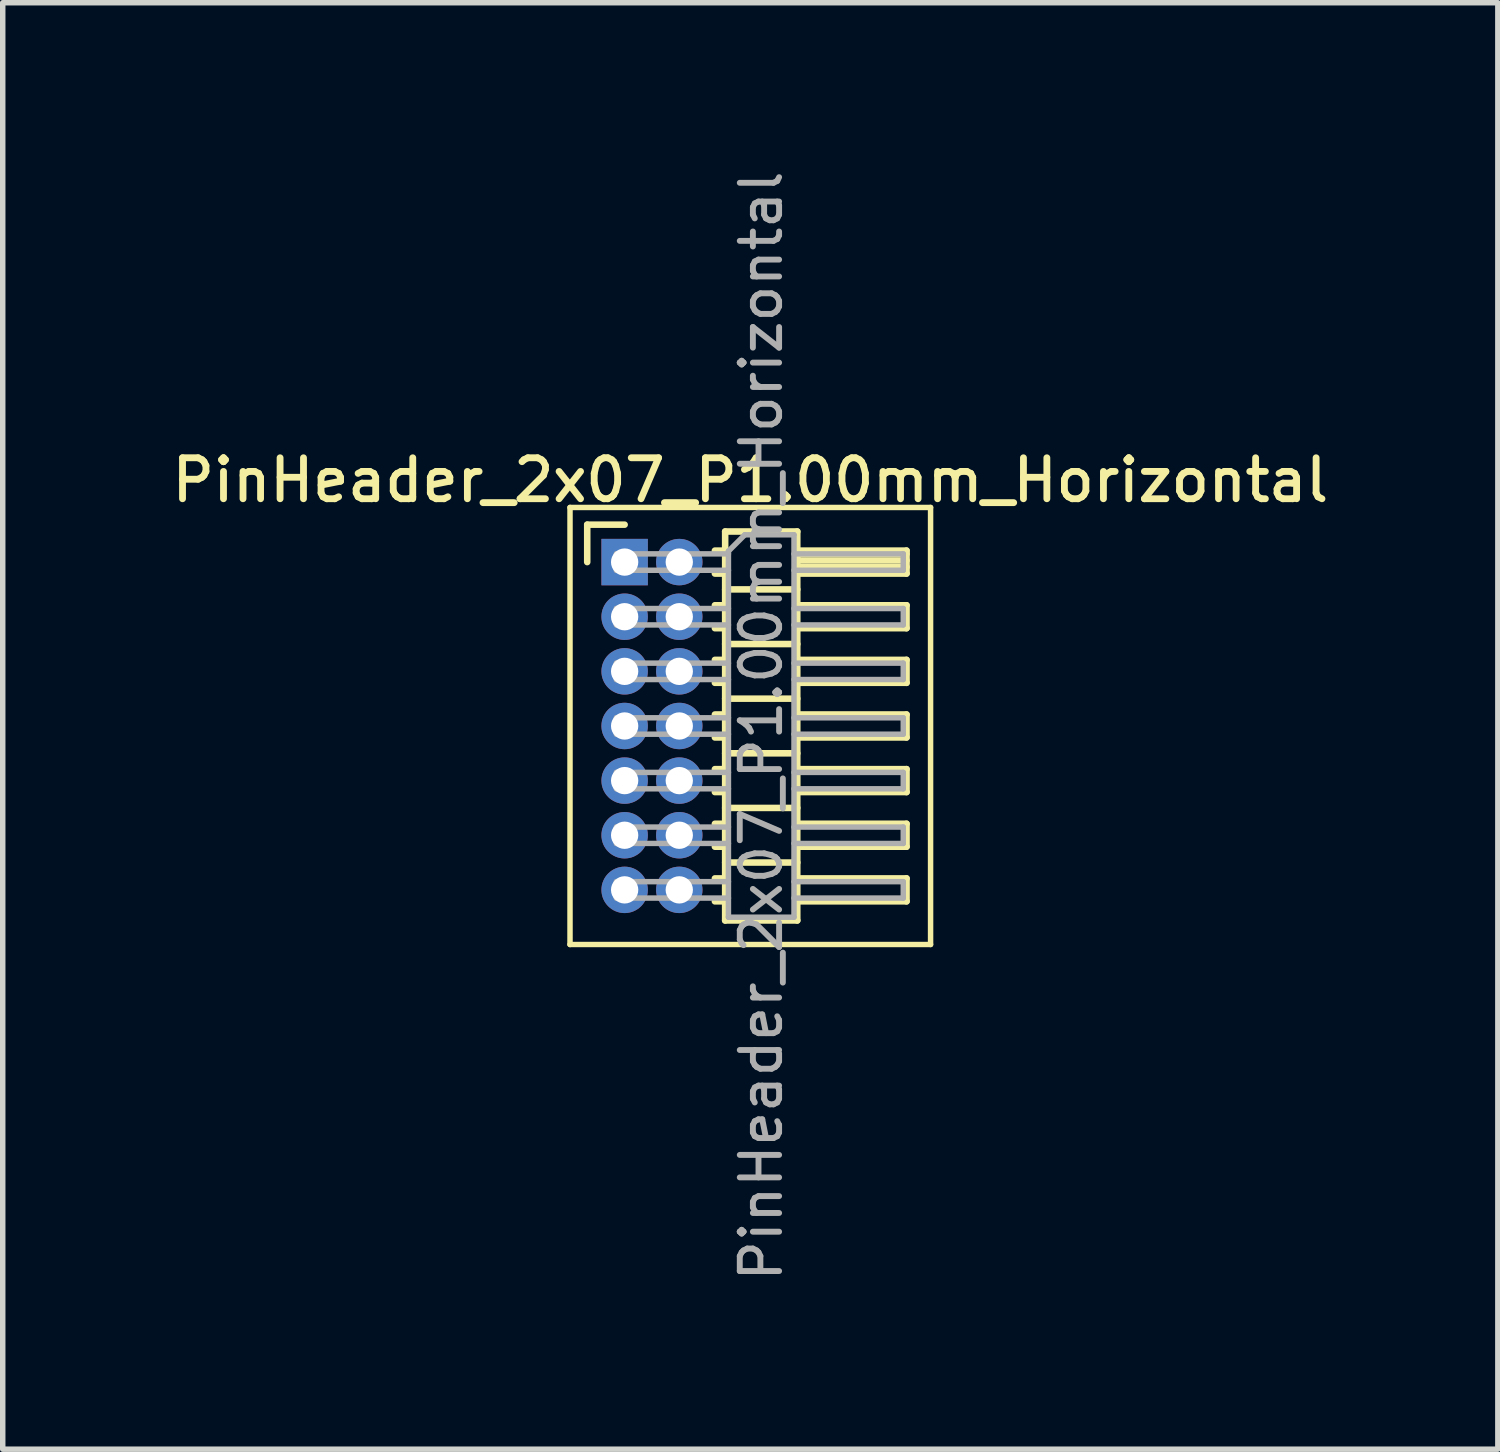
<source format=kicad_pcb>
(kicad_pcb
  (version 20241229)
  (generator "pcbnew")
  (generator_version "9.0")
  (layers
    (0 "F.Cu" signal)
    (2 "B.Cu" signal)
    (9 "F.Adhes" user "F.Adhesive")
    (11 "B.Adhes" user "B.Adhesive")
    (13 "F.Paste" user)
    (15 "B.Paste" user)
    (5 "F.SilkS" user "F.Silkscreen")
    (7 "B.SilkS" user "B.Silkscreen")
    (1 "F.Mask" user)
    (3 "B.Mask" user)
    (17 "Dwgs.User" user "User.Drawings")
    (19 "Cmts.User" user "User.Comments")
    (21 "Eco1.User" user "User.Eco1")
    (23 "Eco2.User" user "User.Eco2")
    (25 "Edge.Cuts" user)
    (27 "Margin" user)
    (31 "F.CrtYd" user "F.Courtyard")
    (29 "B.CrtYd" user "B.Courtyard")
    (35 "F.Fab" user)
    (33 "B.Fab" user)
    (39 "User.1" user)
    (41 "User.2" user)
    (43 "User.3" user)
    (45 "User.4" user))
  (footprint "PinHeader_2x07_P1.00mm_Horizontal"
    (layer "F.Cu")
    (at 8.384 7.239)
    (property "Reference" "PinHeader_2x07_P1.00mm_Horizontal" (at 2.3 -1.5 0) (layer "F.SilkS") (effects (font (size 0.75 0.75) (thickness 0.125))))
    (attr through_hole)
    (fp_line (start -1 -1) (end -1 7) (stroke (width 0.1) (type solid)) (layer "F.SilkS"))
    (fp_line (start -1 7) (end 5.6 7) (stroke (width 0.1) (type solid)) (layer "F.SilkS"))
    (fp_line (start -0.685 -0.685) (end 0 -0.685) (stroke (width 0.12) (type solid)) (layer "F.SilkS"))
    (fp_line (start -0.685 0) (end -0.685 -0.685) (stroke (width 0.12) (type solid)) (layer "F.SilkS"))
    (fp_line (start 1.652 -0.21) (end 1.84 -0.21) (stroke (width 0.12) (type solid)) (layer "F.SilkS"))
    (fp_line (start 1.652 0.21) (end 1.84 0.21) (stroke (width 0.12) (type solid)) (layer "F.SilkS"))
    (fp_line (start 1.652 0.79) (end 1.84 0.79) (stroke (width 0.12) (type solid)) (layer "F.SilkS"))
    (fp_line (start 1.652 1.21) (end 1.84 1.21) (stroke (width 0.12) (type solid)) (layer "F.SilkS"))
    (fp_line (start 1.652 1.79) (end 1.84 1.79) (stroke (width 0.12) (type solid)) (layer "F.SilkS"))
    (fp_line (start 1.652 2.21) (end 1.84 2.21) (stroke (width 0.12) (type solid)) (layer "F.SilkS"))
    (fp_line (start 1.652 2.79) (end 1.84 2.79) (stroke (width 0.12) (type solid)) (layer "F.SilkS"))
    (fp_line (start 1.652 3.21) (end 1.84 3.21) (stroke (width 0.12) (type solid)) (layer "F.SilkS"))
    (fp_line (start 1.652 3.79) (end 1.84 3.79) (stroke (width 0.12) (type solid)) (layer "F.SilkS"))
    (fp_line (start 1.652 4.21) (end 1.84 4.21) (stroke (width 0.12) (type solid)) (layer "F.SilkS"))
    (fp_line (start 1.652 4.79) (end 1.84 4.79) (stroke (width 0.12) (type solid)) (layer "F.SilkS"))
    (fp_line (start 1.652 5.21) (end 1.84 5.21) (stroke (width 0.12) (type solid)) (layer "F.SilkS"))
    (fp_line (start 1.652 5.79) (end 1.84 5.79) (stroke (width 0.12) (type solid)) (layer "F.SilkS"))
    (fp_line (start 1.652 6.21) (end 1.84 6.21) (stroke (width 0.12) (type solid)) (layer "F.SilkS"))
    (fp_line (start 1.84 -0.56) (end 1.84 6.56) (stroke (width 0.12) (type solid)) (layer "F.SilkS"))
    (fp_line (start 1.84 0.5) (end 3.16 0.5) (stroke (width 0.12) (type solid)) (layer "F.SilkS"))
    (fp_line (start 1.84 1.5) (end 3.16 1.5) (stroke (width 0.12) (type solid)) (layer "F.SilkS"))
    (fp_line (start 1.84 2.5) (end 3.16 2.5) (stroke (width 0.12) (type solid)) (layer "F.SilkS"))
    (fp_line (start 1.84 3.5) (end 3.16 3.5) (stroke (width 0.12) (type solid)) (layer "F.SilkS"))
    (fp_line (start 1.84 4.5) (end 3.16 4.5) (stroke (width 0.12) (type solid)) (layer "F.SilkS"))
    (fp_line (start 1.84 5.5) (end 3.16 5.5) (stroke (width 0.12) (type solid)) (layer "F.SilkS"))
    (fp_line (start 1.84 6.56) (end 3.16 6.56) (stroke (width 0.12) (type solid)) (layer "F.SilkS"))
    (fp_line (start 3.16 -0.56) (end 1.84 -0.56) (stroke (width 0.12) (type solid)) (layer "F.SilkS"))
    (fp_line (start 3.16 -0.21) (end 5.16 -0.21) (stroke (width 0.12) (type solid)) (layer "F.SilkS"))
    (fp_line (start 3.16 -0.15) (end 5.16 -0.15) (stroke (width 0.12) (type solid)) (layer "F.SilkS"))
    (fp_line (start 3.16 -0.03) (end 5.16 -0.03) (stroke (width 0.12) (type solid)) (layer "F.SilkS"))
    (fp_line (start 3.16 0.09) (end 5.16 0.09) (stroke (width 0.12) (type solid)) (layer "F.SilkS"))
    (fp_line (start 3.16 0.79) (end 5.16 0.79) (stroke (width 0.12) (type solid)) (layer "F.SilkS"))
    (fp_line (start 3.16 1.79) (end 5.16 1.79) (stroke (width 0.12) (type solid)) (layer "F.SilkS"))
    (fp_line (start 3.16 2.79) (end 5.16 2.79) (stroke (width 0.12) (type solid)) (layer "F.SilkS"))
    (fp_line (start 3.16 3.79) (end 5.16 3.79) (stroke (width 0.12) (type solid)) (layer "F.SilkS"))
    (fp_line (start 3.16 4.79) (end 5.16 4.79) (stroke (width 0.12) (type solid)) (layer "F.SilkS"))
    (fp_line (start 3.16 5.79) (end 5.16 5.79) (stroke (width 0.12) (type solid)) (layer "F.SilkS"))
    (fp_line (start 3.16 6.56) (end 3.16 -0.56) (stroke (width 0.12) (type solid)) (layer "F.SilkS"))
    (fp_line (start 5.16 -0.21) (end 5.16 0.21) (stroke (width 0.12) (type solid)) (layer "F.SilkS"))
    (fp_line (start 5.16 0.21) (end 3.16 0.21) (stroke (width 0.12) (type solid)) (layer "F.SilkS"))
    (fp_line (start 5.16 0.79) (end 5.16 1.21) (stroke (width 0.12) (type solid)) (layer "F.SilkS"))
    (fp_line (start 5.16 1.21) (end 3.16 1.21) (stroke (width 0.12) (type solid)) (layer "F.SilkS"))
    (fp_line (start 5.16 1.79) (end 5.16 2.21) (stroke (width 0.12) (type solid)) (layer "F.SilkS"))
    (fp_line (start 5.16 2.21) (end 3.16 2.21) (stroke (width 0.12) (type solid)) (layer "F.SilkS"))
    (fp_line (start 5.16 2.79) (end 5.16 3.21) (stroke (width 0.12) (type solid)) (layer "F.SilkS"))
    (fp_line (start 5.16 3.21) (end 3.16 3.21) (stroke (width 0.12) (type solid)) (layer "F.SilkS"))
    (fp_line (start 5.16 3.79) (end 5.16 4.21) (stroke (width 0.12) (type solid)) (layer "F.SilkS"))
    (fp_line (start 5.16 4.21) (end 3.16 4.21) (stroke (width 0.12) (type solid)) (layer "F.SilkS"))
    (fp_line (start 5.16 4.79) (end 5.16 5.21) (stroke (width 0.12) (type solid)) (layer "F.SilkS"))
    (fp_line (start 5.16 5.21) (end 3.16 5.21) (stroke (width 0.12) (type solid)) (layer "F.SilkS"))
    (fp_line (start 5.16 5.79) (end 5.16 6.21) (stroke (width 0.12) (type solid)) (layer "F.SilkS"))
    (fp_line (start 5.16 6.21) (end 3.16 6.21) (stroke (width 0.12) (type solid)) (layer "F.SilkS"))
    (fp_line (start 5.6 -1) (end -1 -1) (stroke (width 0.1) (type solid)) (layer "F.SilkS"))
    (fp_line (start 5.6 7) (end 5.6 -1) (stroke (width 0.1) (type solid)) (layer "F.SilkS"))
    (fp_line (start -0.15 -0.15) (end -0.15 0.15) (stroke (width 0.1) (type solid)) (layer "F.Fab"))
    (fp_line (start -0.15 -0.15) (end 1.9 -0.15) (stroke (width 0.1) (type solid)) (layer "F.Fab"))
    (fp_line (start -0.15 0.15) (end 1.9 0.15) (stroke (width 0.1) (type solid)) (layer "F.Fab"))
    (fp_line (start -0.15 0.85) (end -0.15 1.15) (stroke (width 0.1) (type solid)) (layer "F.Fab"))
    (fp_line (start -0.15 0.85) (end 1.9 0.85) (stroke (width 0.1) (type solid)) (layer "F.Fab"))
    (fp_line (start -0.15 1.15) (end 1.9 1.15) (stroke (width 0.1) (type solid)) (layer "F.Fab"))
    (fp_line (start -0.15 1.85) (end -0.15 2.15) (stroke (width 0.1) (type solid)) (layer "F.Fab"))
    (fp_line (start -0.15 1.85) (end 1.9 1.85) (stroke (width 0.1) (type solid)) (layer "F.Fab"))
    (fp_line (start -0.15 2.15) (end 1.9 2.15) (stroke (width 0.1) (type solid)) (layer "F.Fab"))
    (fp_line (start -0.15 2.85) (end -0.15 3.15) (stroke (width 0.1) (type solid)) (layer "F.Fab"))
    (fp_line (start -0.15 2.85) (end 1.9 2.85) (stroke (width 0.1) (type solid)) (layer "F.Fab"))
    (fp_line (start -0.15 3.15) (end 1.9 3.15) (stroke (width 0.1) (type solid)) (layer "F.Fab"))
    (fp_line (start -0.15 3.85) (end -0.15 4.15) (stroke (width 0.1) (type solid)) (layer "F.Fab"))
    (fp_line (start -0.15 3.85) (end 1.9 3.85) (stroke (width 0.1) (type solid)) (layer "F.Fab"))
    (fp_line (start -0.15 4.15) (end 1.9 4.15) (stroke (width 0.1) (type solid)) (layer "F.Fab"))
    (fp_line (start -0.15 4.85) (end -0.15 5.15) (stroke (width 0.1) (type solid)) (layer "F.Fab"))
    (fp_line (start -0.15 4.85) (end 1.9 4.85) (stroke (width 0.1) (type solid)) (layer "F.Fab"))
    (fp_line (start -0.15 5.15) (end 1.9 5.15) (stroke (width 0.1) (type solid)) (layer "F.Fab"))
    (fp_line (start -0.15 5.85) (end -0.15 6.15) (stroke (width 0.1) (type solid)) (layer "F.Fab"))
    (fp_line (start -0.15 5.85) (end 1.9 5.85) (stroke (width 0.1) (type solid)) (layer "F.Fab"))
    (fp_line (start -0.15 6.15) (end 1.9 6.15) (stroke (width 0.1) (type solid)) (layer "F.Fab"))
    (fp_line (start 1.9 -0.2) (end 2.2 -0.5) (stroke (width 0.1) (type solid)) (layer "F.Fab"))
    (fp_line (start 1.9 6.5) (end 1.9 -0.2) (stroke (width 0.1) (type solid)) (layer "F.Fab"))
    (fp_line (start 2.2 -0.5) (end 3.1 -0.5) (stroke (width 0.1) (type solid)) (layer "F.Fab"))
    (fp_line (start 3.1 -0.5) (end 3.1 6.5) (stroke (width 0.1) (type solid)) (layer "F.Fab"))
    (fp_line (start 3.1 -0.15) (end 5.1 -0.15) (stroke (width 0.1) (type solid)) (layer "F.Fab"))
    (fp_line (start 3.1 0.15) (end 5.1 0.15) (stroke (width 0.1) (type solid)) (layer "F.Fab"))
    (fp_line (start 3.1 0.85) (end 5.1 0.85) (stroke (width 0.1) (type solid)) (layer "F.Fab"))
    (fp_line (start 3.1 1.15) (end 5.1 1.15) (stroke (width 0.1) (type solid)) (layer "F.Fab"))
    (fp_line (start 3.1 1.85) (end 5.1 1.85) (stroke (width 0.1) (type solid)) (layer "F.Fab"))
    (fp_line (start 3.1 2.15) (end 5.1 2.15) (stroke (width 0.1) (type solid)) (layer "F.Fab"))
    (fp_line (start 3.1 2.85) (end 5.1 2.85) (stroke (width 0.1) (type solid)) (layer "F.Fab"))
    (fp_line (start 3.1 3.15) (end 5.1 3.15) (stroke (width 0.1) (type solid)) (layer "F.Fab"))
    (fp_line (start 3.1 3.85) (end 5.1 3.85) (stroke (width 0.1) (type solid)) (layer "F.Fab"))
    (fp_line (start 3.1 4.15) (end 5.1 4.15) (stroke (width 0.1) (type solid)) (layer "F.Fab"))
    (fp_line (start 3.1 4.85) (end 5.1 4.85) (stroke (width 0.1) (type solid)) (layer "F.Fab"))
    (fp_line (start 3.1 5.15) (end 5.1 5.15) (stroke (width 0.1) (type solid)) (layer "F.Fab"))
    (fp_line (start 3.1 5.85) (end 5.1 5.85) (stroke (width 0.1) (type solid)) (layer "F.Fab"))
    (fp_line (start 3.1 6.15) (end 5.1 6.15) (stroke (width 0.1) (type solid)) (layer "F.Fab"))
    (fp_line (start 3.1 6.5) (end 1.9 6.5) (stroke (width 0.1) (type solid)) (layer "F.Fab"))
    (fp_line (start 5.1 -0.15) (end 5.1 0.15) (stroke (width 0.1) (type solid)) (layer "F.Fab"))
    (fp_line (start 5.1 0.85) (end 5.1 1.15) (stroke (width 0.1) (type solid)) (layer "F.Fab"))
    (fp_line (start 5.1 1.85) (end 5.1 2.15) (stroke (width 0.1) (type solid)) (layer "F.Fab"))
    (fp_line (start 5.1 2.85) (end 5.1 3.15) (stroke (width 0.1) (type solid)) (layer "F.Fab"))
    (fp_line (start 5.1 3.85) (end 5.1 4.15) (stroke (width 0.1) (type solid)) (layer "F.Fab"))
    (fp_line (start 5.1 4.85) (end 5.1 5.15) (stroke (width 0.1) (type solid)) (layer "F.Fab"))
    (fp_line (start 5.1 5.85) (end 5.1 6.15) (stroke (width 0.1) (type solid)) (layer "F.Fab"))
    (fp_text user "${REFERENCE}" (at 2.5 3 90) (layer "F.Fab") (effects (font (size 0.72 0.72) (thickness 0.108))))
    (pad "1" thru_hole rect (at 0 0) (size 0.85 0.85) (drill 0.5) (layers "*.Cu" "*.Mask"))
    (pad "2" thru_hole oval (at 1 0) (size 0.85 0.85) (drill 0.5) (layers "*.Cu" "*.Mask"))
    (pad "3" thru_hole oval (at 0 1) (size 0.85 0.85) (drill 0.5) (layers "*.Cu" "*.Mask"))
    (pad "4" thru_hole oval (at 1 1) (size 0.85 0.85) (drill 0.5) (layers "*.Cu" "*.Mask"))
    (pad "5" thru_hole oval (at 0 2) (size 0.85 0.85) (drill 0.5) (layers "*.Cu" "*.Mask"))
    (pad "6" thru_hole oval (at 1 2) (size 0.85 0.85) (drill 0.5) (layers "*.Cu" "*.Mask"))
    (pad "7" thru_hole oval (at 0 3) (size 0.85 0.85) (drill 0.5) (layers "*.Cu" "*.Mask"))
    (pad "8" thru_hole oval (at 1 3) (size 0.85 0.85) (drill 0.5) (layers "*.Cu" "*.Mask"))
    (pad "9" thru_hole oval (at 0 4) (size 0.85 0.85) (drill 0.5) (layers "*.Cu" "*.Mask"))
    (pad "10" thru_hole oval (at 1 4) (size 0.85 0.85) (drill 0.5) (layers "*.Cu" "*.Mask"))
    (pad "11" thru_hole oval (at 0 5) (size 0.85 0.85) (drill 0.5) (layers "*.Cu" "*.Mask"))
    (pad "12" thru_hole oval (at 1 5) (size 0.85 0.85) (drill 0.5) (layers "*.Cu" "*.Mask"))
    (pad "13" thru_hole oval (at 0 6) (size 0.85 0.85) (drill 0.5) (layers "*.Cu" "*.Mask"))
    (pad "14" thru_hole oval (at 1 6) (size 0.85 0.85) (drill 0.5) (layers "*.Cu" "*.Mask")))
  (gr_rect
    (start -3 -3)
    (end 24.368 23.477)
    (stroke (width 0.1) (type default))
    (fill no)
    (layer "Edge.Cuts")))
</source>
